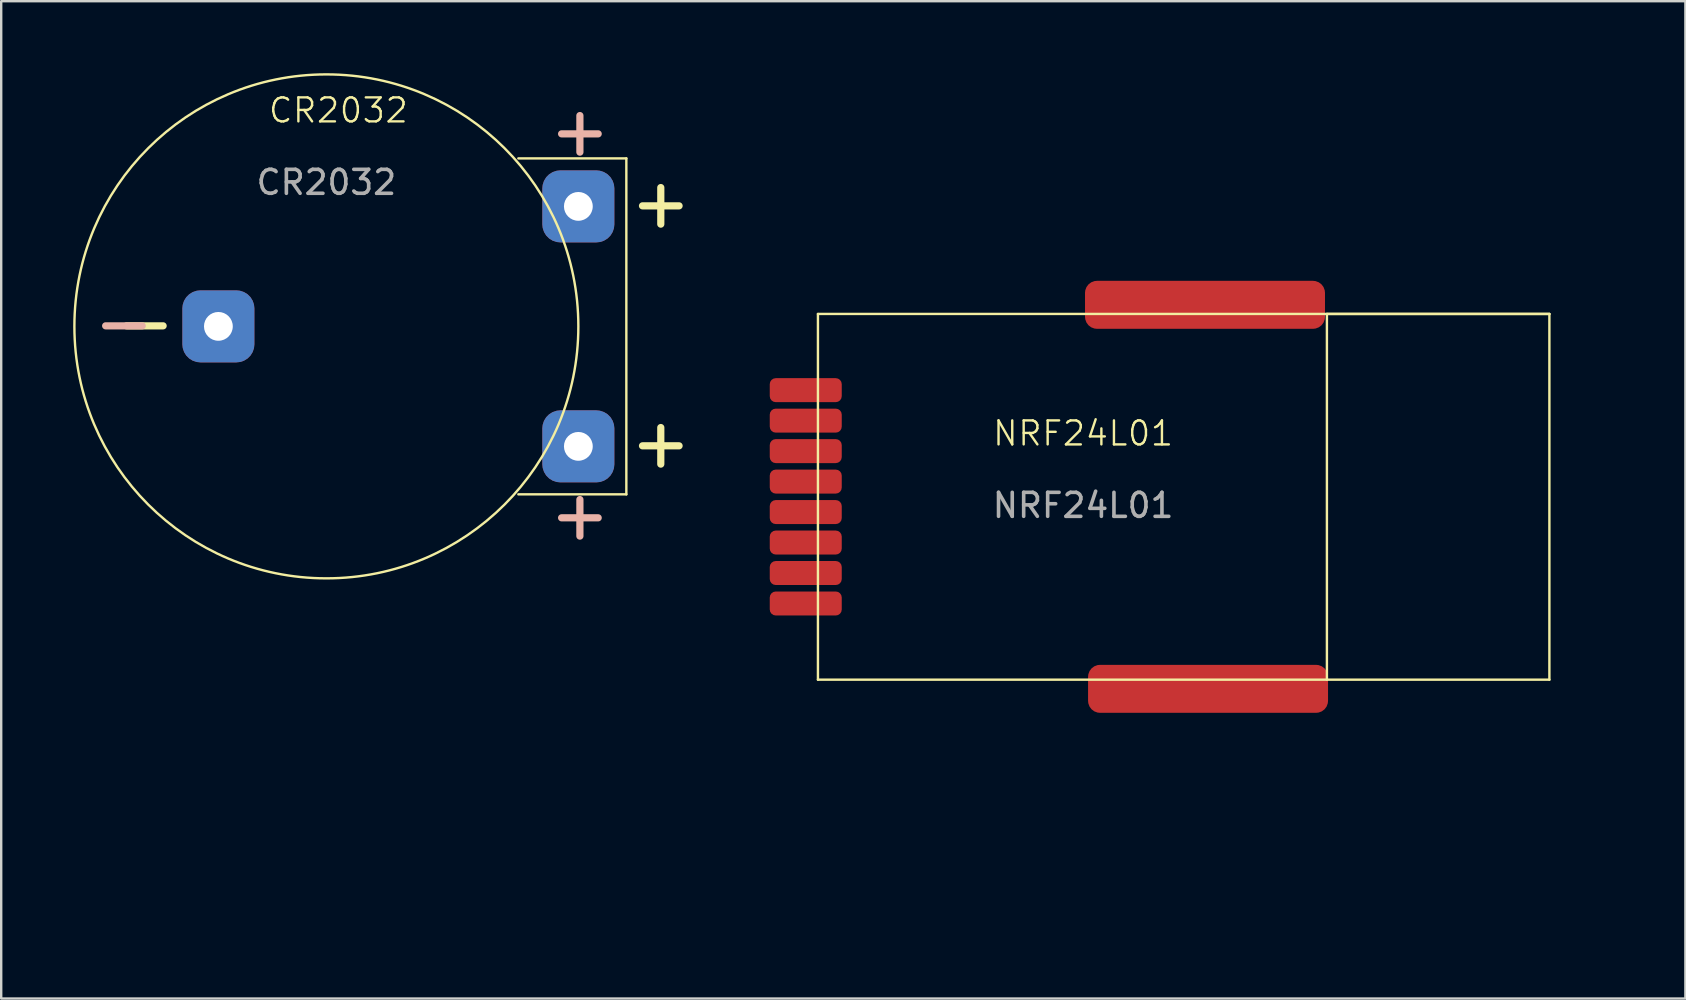
<source format=kicad_pcb>
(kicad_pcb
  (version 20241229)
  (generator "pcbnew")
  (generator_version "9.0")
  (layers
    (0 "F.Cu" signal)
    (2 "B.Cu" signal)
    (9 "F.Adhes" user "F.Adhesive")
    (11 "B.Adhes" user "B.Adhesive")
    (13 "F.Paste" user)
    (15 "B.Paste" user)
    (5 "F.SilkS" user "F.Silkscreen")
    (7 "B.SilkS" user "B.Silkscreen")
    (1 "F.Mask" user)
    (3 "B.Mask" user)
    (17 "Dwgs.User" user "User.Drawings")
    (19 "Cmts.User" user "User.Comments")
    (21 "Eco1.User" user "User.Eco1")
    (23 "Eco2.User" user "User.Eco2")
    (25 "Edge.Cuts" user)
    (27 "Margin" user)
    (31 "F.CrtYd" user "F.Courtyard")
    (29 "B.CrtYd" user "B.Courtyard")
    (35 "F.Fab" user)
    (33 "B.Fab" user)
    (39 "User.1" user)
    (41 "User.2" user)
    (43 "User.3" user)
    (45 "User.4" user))
  (footprint "CR2032"
    (layer "F.Cu")
    (at 10.55 0.55)
    (property "Reference" "CR2032" (at 0.5 1 0) (unlocked yes) (layer "F.SilkS") (effects (font (size 1 1) (thickness 0.1))))
    (attr smd)
    (fp_line (start 8 3) (end 12.5 3) (stroke (width 0.1) (type default)) (layer "F.SilkS"))
    (fp_line (start 12.5 3) (end 12.5 17) (stroke (width 0.1) (type default)) (layer "F.SilkS"))
    (fp_line (start 12.5 17) (end 8 17) (stroke (width 0.1) (type default)) (layer "F.SilkS"))
    (fp_circle (center 0 10) (end 10.5 10) (stroke (width 0.1) (type default)) (fill no) (layer "F.SilkS"))
    (fp_text user "+" (at 12.5 6 0) (unlocked yes) (layer "F.SilkS") (effects (font (size 2 2) (thickness 0.3)) (justify left bottom)))
    (fp_text user "-" (at -9 11 0) (unlocked yes) (layer "F.SilkS") (effects (font (size 2 2) (thickness 0.3)) (justify left bottom)))
    (fp_text user "+" (at 12.5 16 0) (unlocked yes) (layer "F.SilkS") (effects (font (size 2 2) (thickness 0.3)) (justify left bottom)))
    (fp_text user "-" (at -7 11 0) (unlocked yes) (layer "B.SilkS") (effects (font (size 2 2) (thickness 0.3)) (justify left bottom mirror)))
    (fp_text user "+" (at 12 3 0) (unlocked yes) (layer "B.SilkS") (effects (font (size 2 2) (thickness 0.3)) (justify left bottom mirror)))
    (fp_text user "+" (at 12 19 0) (unlocked yes) (layer "B.SilkS") (effects (font (size 2 2) (thickness 0.3)) (justify left bottom mirror)))
    (fp_text user "${REFERENCE}" (at 0 4 0) (unlocked yes) (layer "F.Fab") (effects (font (size 1 1) (thickness 0.15))))
    (pad "1" thru_hole roundrect (at 10.5 5) (size 3 3) (drill 1.2) (layers "*.Cu" "*.Mask") (roundrect_rratio 0.25))
    (pad "1" thru_hole roundrect (at 10.5 15) (size 3 3) (drill 1.2) (layers "*.Cu" "*.Mask") (roundrect_rratio 0.25))
    (pad "2" thru_hole roundrect (at -4.5 10) (size 3 3) (drill 1.2) (layers "*.Cu" "*.Mask") (roundrect_rratio 0.25)))
  (footprint "NRF24L01"
    (layer "F.Cu")
    (at 31.034 10.033)
    (property "Reference" "NRF24L01" (at 11.049 4.977 0) (unlocked yes) (layer "F.SilkS") (effects (font (size 1 1) (thickness 0.1))))
    (attr smd)
    (fp_line (start 0 0) (end 30.48 0) (stroke (width 0.1) (type default)) (layer "F.SilkS"))
    (fp_line (start 0 15.24) (end 0 0) (stroke (width 0.1) (type default)) (layer "F.SilkS"))
    (fp_line (start 21.209 0) (end 21.209 15.24) (stroke (width 0.1) (type default)) (layer "F.SilkS"))
    (fp_line (start 30.48 0) (end 21.209 0) (stroke (width 0.1) (type default)) (layer "F.SilkS"))
    (fp_line (start 30.48 0) (end 30.48 15.24) (stroke (width 0.1) (type default)) (layer "F.SilkS"))
    (fp_line (start 30.48 15.24) (end 0 15.24) (stroke (width 0.1) (type default)) (layer "F.SilkS"))
    (fp_text user "${REFERENCE}" (at 11.049 7.977 0) (unlocked yes) (layer "F.Fab") (effects (font (size 1 1) (thickness 0.15))))
    (pad "1" smd roundrect (at -0.508 12.065) (size 3 1) (layers "F.Cu" "F.Mask" "F.Paste") (roundrect_rratio 0.25))
    (pad "2" smd roundrect (at -0.508 10.795) (size 3 1) (layers "F.Cu" "F.Mask" "F.Paste") (roundrect_rratio 0.25))
    (pad "3" smd roundrect (at -0.508 9.525) (size 3 1) (layers "F.Cu" "F.Mask" "F.Paste") (roundrect_rratio 0.25))
    (pad "4" smd roundrect (at -0.508 8.255) (size 3 1) (layers "F.Cu" "F.Mask" "F.Paste") (roundrect_rratio 0.25))
    (pad "5" smd roundrect (at -0.508 6.985) (size 3 1) (layers "F.Cu" "F.Mask" "F.Paste") (roundrect_rratio 0.25))
    (pad "6" smd roundrect (at -0.508 5.715) (size 3 1) (layers "F.Cu" "F.Mask" "F.Paste") (roundrect_rratio 0.25))
    (pad "7" smd roundrect (at -0.508 4.445) (size 3 1) (layers "F.Cu" "F.Mask" "F.Paste") (roundrect_rratio 0.25))
    (pad "8" smd roundrect (at -0.508 3.175) (size 3 1) (layers "F.Cu" "F.Mask" "F.Paste") (roundrect_rratio 0.25))
    (pad "9" smd roundrect (at 16.129 -0.381) (size 10 2) (layers "F.Cu" "F.Mask" "F.Paste") (roundrect_rratio 0.25))
    (pad "10" smd roundrect (at 16.256 15.621) (size 10 2) (layers "F.Cu" "F.Mask" "F.Paste") (roundrect_rratio 0.25))
    (zone (net_name "") (layer "F.Cu") (hatch edge 0.5) (connect_pads) (min_thickness 0.25) (filled_areas_thickness no) (keepout (tracks not_allowed) (vias not_allowed) (pads not_allowed) (copperpour allowed) (footprints allowed)) (placement (enabled no)) (fill) (polygon (pts (xy 52.243 0) (xy 64.181 0) (xy 64.181 35.56) (xy 52.243 35.56)))))
  (gr_rect
    (start -3 -3)
    (end 67.181 38.56)
    (stroke (width 0.1) (type default))
    (fill no)
    (layer "Edge.Cuts")))
</source>
